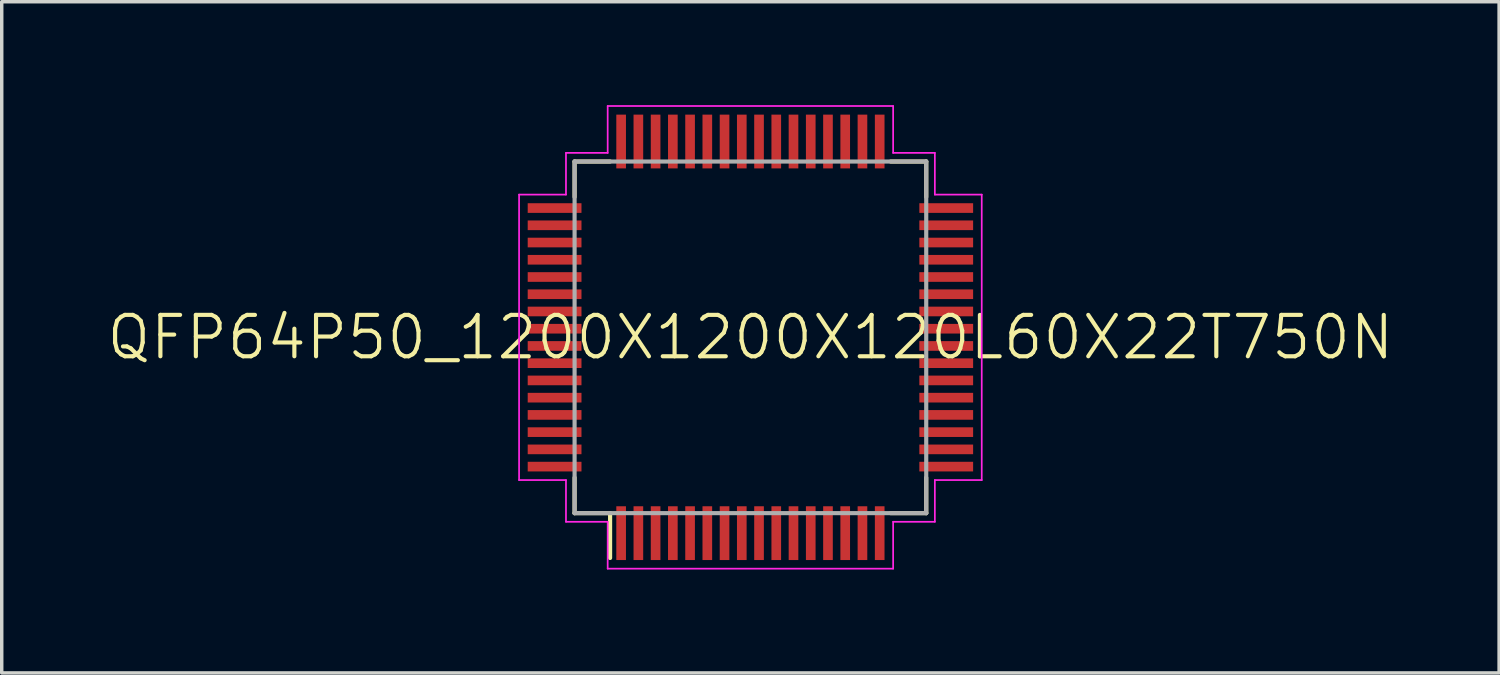
<source format=kicad_pcb>
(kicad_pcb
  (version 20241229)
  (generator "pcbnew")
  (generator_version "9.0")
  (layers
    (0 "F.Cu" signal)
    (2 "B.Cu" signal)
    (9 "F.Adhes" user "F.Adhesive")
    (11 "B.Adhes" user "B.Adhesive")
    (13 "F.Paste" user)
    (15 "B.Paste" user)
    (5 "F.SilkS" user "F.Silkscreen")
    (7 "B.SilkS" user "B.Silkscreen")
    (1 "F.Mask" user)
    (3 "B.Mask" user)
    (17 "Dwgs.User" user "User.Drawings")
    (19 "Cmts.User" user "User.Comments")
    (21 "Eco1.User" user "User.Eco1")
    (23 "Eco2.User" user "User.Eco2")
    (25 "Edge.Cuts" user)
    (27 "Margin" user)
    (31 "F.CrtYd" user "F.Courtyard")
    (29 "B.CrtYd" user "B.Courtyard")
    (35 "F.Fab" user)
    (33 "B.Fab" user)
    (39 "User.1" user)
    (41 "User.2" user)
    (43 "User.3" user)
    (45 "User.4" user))
  (footprint "QFP64P50_1200X1200X120L60X22T750N"
    (layer "F.Cu")
    (at 18.717 6.735)
    (property "Reference" "QFP64P50_1200X1200X120L60X22T750N" (at 0 0 0) (layer "F.SilkS") (effects (font (size 1.2 1.2) (thickness 0.12))))
    (attr smd)
    (fp_line (start -5.1 -5.1) (end -5.1 -4.07) (stroke (width 0.12) (type solid)) (layer "F.SilkS"))
    (fp_line (start -5.1 5.1) (end -5.1 4.07) (stroke (width 0.12) (type solid)) (layer "F.SilkS"))
    (fp_line (start -4.07 -5.1) (end -5.1 -5.1) (stroke (width 0.12) (type solid)) (layer "F.SilkS"))
    (fp_line (start -4.07 5.1) (end -5.1 5.1) (stroke (width 0.12) (type solid)) (layer "F.SilkS"))
    (fp_line (start -4.07 5.1) (end -4.07 6.4) (stroke (width 0.12) (type solid)) (layer "F.SilkS"))
    (fp_line (start 4.07 -5.1) (end 5.1 -5.1) (stroke (width 0.12) (type solid)) (layer "F.SilkS"))
    (fp_line (start 4.07 5.1) (end 5.1 5.1) (stroke (width 0.12) (type solid)) (layer "F.SilkS"))
    (fp_line (start 5.1 -5.1) (end 5.1 -4.07) (stroke (width 0.12) (type solid)) (layer "F.SilkS"))
    (fp_line (start 5.1 5.1) (end 5.1 4.07) (stroke (width 0.12) (type solid)) (layer "F.SilkS"))
    (fp_line (start -6.71 -4.14) (end -6.71 4.14) (stroke (width 0.05) (type solid)) (layer "F.CrtYd"))
    (fp_line (start -6.71 4.14) (end -5.35 4.14) (stroke (width 0.05) (type solid)) (layer "F.CrtYd"))
    (fp_line (start -5.35 -5.35) (end -5.35 -4.14) (stroke (width 0.05) (type solid)) (layer "F.CrtYd"))
    (fp_line (start -5.35 -4.14) (end -6.71 -4.14) (stroke (width 0.05) (type solid)) (layer "F.CrtYd"))
    (fp_line (start -5.35 4.14) (end -5.35 5.35) (stroke (width 0.05) (type solid)) (layer "F.CrtYd"))
    (fp_line (start -5.35 5.35) (end -4.14 5.35) (stroke (width 0.05) (type solid)) (layer "F.CrtYd"))
    (fp_line (start -4.14 -6.71) (end -4.14 -5.35) (stroke (width 0.05) (type solid)) (layer "F.CrtYd"))
    (fp_line (start -4.14 -5.35) (end -5.35 -5.35) (stroke (width 0.05) (type solid)) (layer "F.CrtYd"))
    (fp_line (start -4.14 5.35) (end -4.14 6.71) (stroke (width 0.05) (type solid)) (layer "F.CrtYd"))
    (fp_line (start -4.14 6.71) (end 4.14 6.71) (stroke (width 0.05) (type solid)) (layer "F.CrtYd"))
    (fp_line (start 4.14 -6.71) (end -4.14 -6.71) (stroke (width 0.05) (type solid)) (layer "F.CrtYd"))
    (fp_line (start 4.14 -5.35) (end 4.14 -6.71) (stroke (width 0.05) (type solid)) (layer "F.CrtYd"))
    (fp_line (start 4.14 5.35) (end 5.35 5.35) (stroke (width 0.05) (type solid)) (layer "F.CrtYd"))
    (fp_line (start 4.14 6.71) (end 4.14 5.35) (stroke (width 0.05) (type solid)) (layer "F.CrtYd"))
    (fp_line (start 5.35 -5.35) (end 4.14 -5.35) (stroke (width 0.05) (type solid)) (layer "F.CrtYd"))
    (fp_line (start 5.35 -4.14) (end 5.35 -5.35) (stroke (width 0.05) (type solid)) (layer "F.CrtYd"))
    (fp_line (start 5.35 4.14) (end 6.71 4.14) (stroke (width 0.05) (type solid)) (layer "F.CrtYd"))
    (fp_line (start 5.35 5.35) (end 5.35 4.14) (stroke (width 0.05) (type solid)) (layer "F.CrtYd"))
    (fp_line (start 6.71 -4.14) (end 5.35 -4.14) (stroke (width 0.05) (type solid)) (layer "F.CrtYd"))
    (fp_line (start 6.71 4.14) (end 6.71 -4.14) (stroke (width 0.05) (type solid)) (layer "F.CrtYd"))
    (fp_line (start -5.1 -5.1) (end 5.1 -5.1) (stroke (width 0.12) (type solid)) (layer "F.Fab"))
    (fp_line (start -5.1 5.1) (end -5.1 -5.1) (stroke (width 0.12) (type solid)) (layer "F.Fab"))
    (fp_line (start 5.1 -5.1) (end 5.1 5.1) (stroke (width 0.12) (type solid)) (layer "F.Fab"))
    (fp_line (start 5.1 5.1) (end -5.1 5.1) (stroke (width 0.12) (type solid)) (layer "F.Fab"))
    (pad "1" smd rect (at -3.75 5.68 90) (size 1.56 0.28) (layers "F.Cu" "F.Mask" "F.Paste"))
    (pad "2" smd rect (at -3.25 5.68 90) (size 1.56 0.28) (layers "F.Cu" "F.Mask" "F.Paste"))
    (pad "3" smd rect (at -2.75 5.68 90) (size 1.56 0.28) (layers "F.Cu" "F.Mask" "F.Paste"))
    (pad "4" smd rect (at -2.25 5.68 90) (size 1.56 0.28) (layers "F.Cu" "F.Mask" "F.Paste"))
    (pad "5" smd rect (at -1.75 5.68 90) (size 1.56 0.28) (layers "F.Cu" "F.Mask" "F.Paste"))
    (pad "6" smd rect (at -1.25 5.68 90) (size 1.56 0.28) (layers "F.Cu" "F.Mask" "F.Paste"))
    (pad "7" smd rect (at -0.75 5.68 90) (size 1.56 0.28) (layers "F.Cu" "F.Mask" "F.Paste"))
    (pad "8" smd rect (at -0.25 5.68 90) (size 1.56 0.28) (layers "F.Cu" "F.Mask" "F.Paste"))
    (pad "9" smd rect (at 0.25 5.68 90) (size 1.56 0.28) (layers "F.Cu" "F.Mask" "F.Paste"))
    (pad "10" smd rect (at 0.75 5.68 90) (size 1.56 0.28) (layers "F.Cu" "F.Mask" "F.Paste"))
    (pad "11" smd rect (at 1.25 5.68 90) (size 1.56 0.28) (layers "F.Cu" "F.Mask" "F.Paste"))
    (pad "12" smd rect (at 1.75 5.68 90) (size 1.56 0.28) (layers "F.Cu" "F.Mask" "F.Paste"))
    (pad "13" smd rect (at 2.25 5.68 90) (size 1.56 0.28) (layers "F.Cu" "F.Mask" "F.Paste"))
    (pad "14" smd rect (at 2.75 5.68 90) (size 1.56 0.28) (layers "F.Cu" "F.Mask" "F.Paste"))
    (pad "15" smd rect (at 3.25 5.68 90) (size 1.56 0.28) (layers "F.Cu" "F.Mask" "F.Paste"))
    (pad "16" smd rect (at 3.75 5.68 90) (size 1.56 0.28) (layers "F.Cu" "F.Mask" "F.Paste"))
    (pad "17" smd rect (at 5.68 3.75) (size 1.56 0.28) (layers "F.Cu" "F.Mask" "F.Paste"))
    (pad "18" smd rect (at 5.68 3.25) (size 1.56 0.28) (layers "F.Cu" "F.Mask" "F.Paste"))
    (pad "19" smd rect (at 5.68 2.75) (size 1.56 0.28) (layers "F.Cu" "F.Mask" "F.Paste"))
    (pad "20" smd rect (at 5.68 2.25) (size 1.56 0.28) (layers "F.Cu" "F.Mask" "F.Paste"))
    (pad "21" smd rect (at 5.68 1.75) (size 1.56 0.28) (layers "F.Cu" "F.Mask" "F.Paste"))
    (pad "22" smd rect (at 5.68 1.25) (size 1.56 0.28) (layers "F.Cu" "F.Mask" "F.Paste"))
    (pad "23" smd rect (at 5.68 0.75) (size 1.56 0.28) (layers "F.Cu" "F.Mask" "F.Paste"))
    (pad "24" smd rect (at 5.68 0.25) (size 1.56 0.28) (layers "F.Cu" "F.Mask" "F.Paste"))
    (pad "25" smd rect (at 5.68 -0.25) (size 1.56 0.28) (layers "F.Cu" "F.Mask" "F.Paste"))
    (pad "26" smd rect (at 5.68 -0.75) (size 1.56 0.28) (layers "F.Cu" "F.Mask" "F.Paste"))
    (pad "27" smd rect (at 5.68 -1.25) (size 1.56 0.28) (layers "F.Cu" "F.Mask" "F.Paste"))
    (pad "28" smd rect (at 5.68 -1.75) (size 1.56 0.28) (layers "F.Cu" "F.Mask" "F.Paste"))
    (pad "29" smd rect (at 5.68 -2.25) (size 1.56 0.28) (layers "F.Cu" "F.Mask" "F.Paste"))
    (pad "30" smd rect (at 5.68 -2.75) (size 1.56 0.28) (layers "F.Cu" "F.Mask" "F.Paste"))
    (pad "31" smd rect (at 5.68 -3.25) (size 1.56 0.28) (layers "F.Cu" "F.Mask" "F.Paste"))
    (pad "32" smd rect (at 5.68 -3.75) (size 1.56 0.28) (layers "F.Cu" "F.Mask" "F.Paste"))
    (pad "33" smd rect (at 3.75 -5.68 90) (size 1.56 0.28) (layers "F.Cu" "F.Mask" "F.Paste"))
    (pad "34" smd rect (at 3.25 -5.68 90) (size 1.56 0.28) (layers "F.Cu" "F.Mask" "F.Paste"))
    (pad "35" smd rect (at 2.75 -5.68 90) (size 1.56 0.28) (layers "F.Cu" "F.Mask" "F.Paste"))
    (pad "36" smd rect (at 2.25 -5.68 90) (size 1.56 0.28) (layers "F.Cu" "F.Mask" "F.Paste"))
    (pad "37" smd rect (at 1.75 -5.68 90) (size 1.56 0.28) (layers "F.Cu" "F.Mask" "F.Paste"))
    (pad "38" smd rect (at 1.25 -5.68 90) (size 1.56 0.28) (layers "F.Cu" "F.Mask" "F.Paste"))
    (pad "39" smd rect (at 0.75 -5.68 90) (size 1.56 0.28) (layers "F.Cu" "F.Mask" "F.Paste"))
    (pad "40" smd rect (at 0.25 -5.68 90) (size 1.56 0.28) (layers "F.Cu" "F.Mask" "F.Paste"))
    (pad "41" smd rect (at -0.25 -5.68 90) (size 1.56 0.28) (layers "F.Cu" "F.Mask" "F.Paste"))
    (pad "42" smd rect (at -0.75 -5.68 90) (size 1.56 0.28) (layers "F.Cu" "F.Mask" "F.Paste"))
    (pad "43" smd rect (at -1.25 -5.68 90) (size 1.56 0.28) (layers "F.Cu" "F.Mask" "F.Paste"))
    (pad "44" smd rect (at -1.75 -5.68 90) (size 1.56 0.28) (layers "F.Cu" "F.Mask" "F.Paste"))
    (pad "45" smd rect (at -2.25 -5.68 90) (size 1.56 0.28) (layers "F.Cu" "F.Mask" "F.Paste"))
    (pad "46" smd rect (at -2.75 -5.68 90) (size 1.56 0.28) (layers "F.Cu" "F.Mask" "F.Paste"))
    (pad "47" smd rect (at -3.25 -5.68 90) (size 1.56 0.28) (layers "F.Cu" "F.Mask" "F.Paste"))
    (pad "48" smd rect (at -3.75 -5.68 90) (size 1.56 0.28) (layers "F.Cu" "F.Mask" "F.Paste"))
    (pad "49" smd rect (at -5.68 -3.75) (size 1.56 0.28) (layers "F.Cu" "F.Mask" "F.Paste"))
    (pad "50" smd rect (at -5.68 -3.25) (size 1.56 0.28) (layers "F.Cu" "F.Mask" "F.Paste"))
    (pad "51" smd rect (at -5.68 -2.75) (size 1.56 0.28) (layers "F.Cu" "F.Mask" "F.Paste"))
    (pad "52" smd rect (at -5.68 -2.25) (size 1.56 0.28) (layers "F.Cu" "F.Mask" "F.Paste"))
    (pad "53" smd rect (at -5.68 -1.75) (size 1.56 0.28) (layers "F.Cu" "F.Mask" "F.Paste"))
    (pad "54" smd rect (at -5.68 -1.25) (size 1.56 0.28) (layers "F.Cu" "F.Mask" "F.Paste"))
    (pad "55" smd rect (at -5.68 -0.75) (size 1.56 0.28) (layers "F.Cu" "F.Mask" "F.Paste"))
    (pad "56" smd rect (at -5.68 -0.25) (size 1.56 0.28) (layers "F.Cu" "F.Mask" "F.Paste"))
    (pad "57" smd rect (at -5.68 0.25) (size 1.56 0.28) (layers "F.Cu" "F.Mask" "F.Paste"))
    (pad "58" smd rect (at -5.68 0.75) (size 1.56 0.28) (layers "F.Cu" "F.Mask" "F.Paste"))
    (pad "59" smd rect (at -5.68 1.25) (size 1.56 0.28) (layers "F.Cu" "F.Mask" "F.Paste"))
    (pad "60" smd rect (at -5.68 1.75) (size 1.56 0.28) (layers "F.Cu" "F.Mask" "F.Paste"))
    (pad "61" smd rect (at -5.68 2.25) (size 1.56 0.28) (layers "F.Cu" "F.Mask" "F.Paste"))
    (pad "62" smd rect (at -5.68 2.75) (size 1.56 0.28) (layers "F.Cu" "F.Mask" "F.Paste"))
    (pad "63" smd rect (at -5.68 3.25) (size 1.56 0.28) (layers "F.Cu" "F.Mask" "F.Paste"))
    (pad "64" smd rect (at -5.68 3.75) (size 1.56 0.28) (layers "F.Cu" "F.Mask" "F.Paste")))
  (gr_rect
    (start -3 -3)
    (end 40.434 16.47)
    (stroke (width 0.1) (type default))
    (fill no)
    (layer "Edge.Cuts")))
</source>
